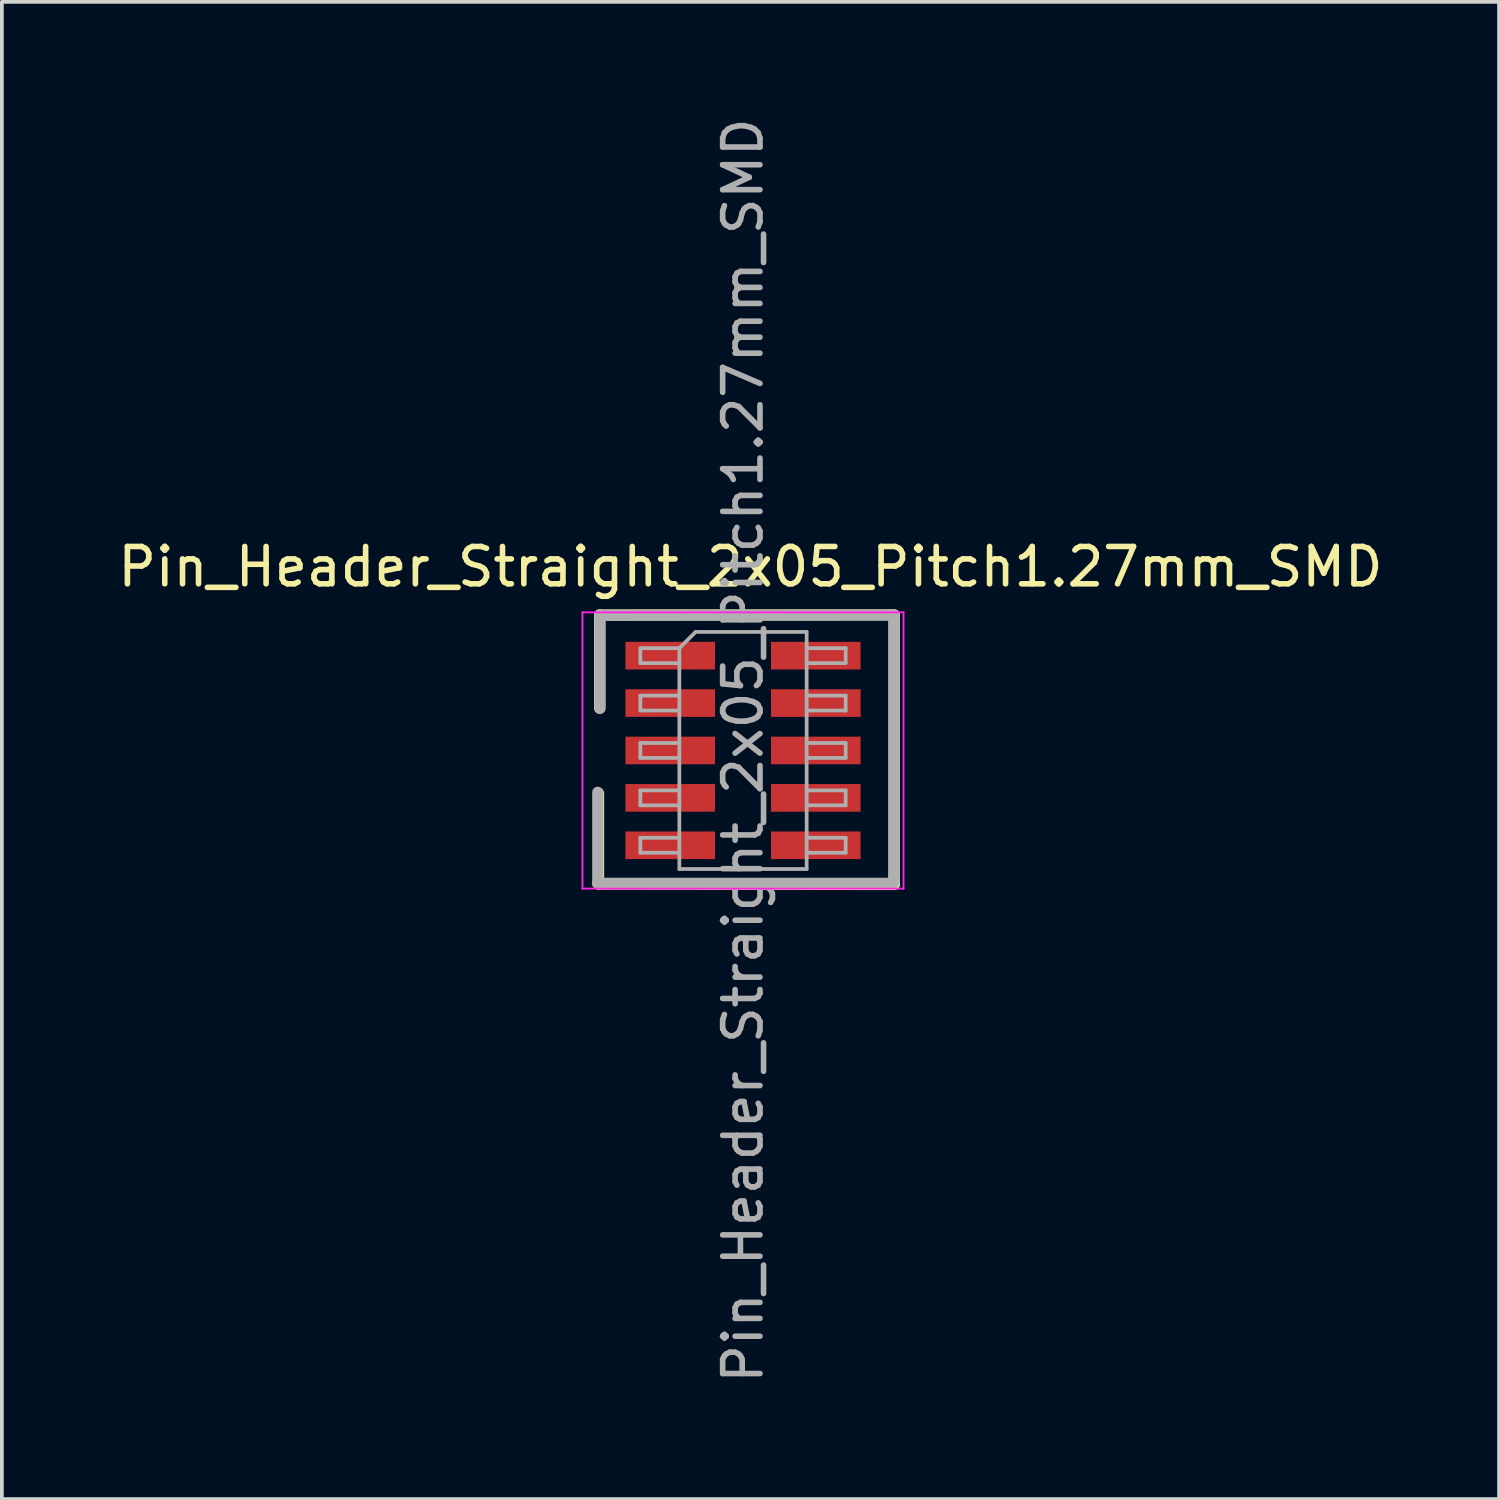
<source format=kicad_pcb>
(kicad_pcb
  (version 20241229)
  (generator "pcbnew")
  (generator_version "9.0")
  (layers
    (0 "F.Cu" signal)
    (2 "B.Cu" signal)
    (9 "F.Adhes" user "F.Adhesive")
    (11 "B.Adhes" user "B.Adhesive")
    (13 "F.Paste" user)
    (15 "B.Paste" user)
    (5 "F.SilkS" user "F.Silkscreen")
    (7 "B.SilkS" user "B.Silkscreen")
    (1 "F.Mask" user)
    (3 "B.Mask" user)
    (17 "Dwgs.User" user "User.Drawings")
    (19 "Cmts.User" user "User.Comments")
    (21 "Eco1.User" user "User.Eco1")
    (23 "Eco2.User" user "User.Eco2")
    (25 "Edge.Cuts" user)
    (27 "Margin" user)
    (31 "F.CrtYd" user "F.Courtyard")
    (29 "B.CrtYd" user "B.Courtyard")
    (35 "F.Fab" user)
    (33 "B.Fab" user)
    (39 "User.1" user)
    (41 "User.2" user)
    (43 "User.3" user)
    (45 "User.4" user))
  (footprint "Pin_Header_Straight_2x05_Pitch1.27mm_SMD"
    (layer "F.Cu")
    (at 16.854 17.054)
    (property "Reference" "Pin_Header_Straight_2x05_Pitch1.27mm_SMD" (at 0.2 -4.92 0) (layer "F.SilkS") (effects (font (size 1 1) (thickness 0.15))))
    (attr smd)
    (fp_line (start -3.87 3.58) (end -3.87 1.15) (stroke (width 0.3) (type solid)) (layer "F.SilkS"))
    (fp_line (start -3.84 -3.63) (end 4.05 -3.63) (stroke (width 0.3) (type solid)) (layer "F.SilkS"))
    (fp_line (start -3.84 -1.13) (end -3.84 -3.63) (stroke (width 0.3) (type solid)) (layer "F.SilkS"))
    (fp_line (start 4.05 -3.63) (end 4.05 3.59) (stroke (width 0.3) (type solid)) (layer "F.SilkS"))
    (fp_line (start 4.05 3.59) (end -3.87 3.58) (stroke (width 0.3) (type solid)) (layer "F.SilkS"))
    (fp_line (start -4.3 -3.7) (end -4.3 3.7) (stroke (width 0.05) (type solid)) (layer "F.CrtYd"))
    (fp_line (start -4.3 3.7) (end 4.3 3.7) (stroke (width 0.05) (type solid)) (layer "F.CrtYd"))
    (fp_line (start 4.3 -3.7) (end -4.3 -3.7) (stroke (width 0.05) (type solid)) (layer "F.CrtYd"))
    (fp_line (start 4.3 3.7) (end 4.3 -3.7) (stroke (width 0.05) (type solid)) (layer "F.CrtYd"))
    (fp_line (start -3.89 3.52) (end -3.89 1.12) (stroke (width 0.3) (type solid)) (layer "F.Fab"))
    (fp_line (start -3.83 -3.62) (end 4.04 -3.63) (stroke (width 0.3) (type solid)) (layer "F.Fab"))
    (fp_line (start -3.83 -1.13) (end -3.83 -3.62) (stroke (width 0.3) (type solid)) (layer "F.Fab"))
    (fp_line (start -2.75 -2.74) (end -2.75 -2.34) (stroke (width 0.1) (type solid)) (layer "F.Fab"))
    (fp_line (start -2.75 -2.34) (end -1.705 -2.34) (stroke (width 0.1) (type solid)) (layer "F.Fab"))
    (fp_line (start -2.75 -1.47) (end -2.75 -1.07) (stroke (width 0.1) (type solid)) (layer "F.Fab"))
    (fp_line (start -2.75 -1.07) (end -1.705 -1.07) (stroke (width 0.1) (type solid)) (layer "F.Fab"))
    (fp_line (start -2.75 -0.2) (end -2.75 0.2) (stroke (width 0.1) (type solid)) (layer "F.Fab"))
    (fp_line (start -2.75 0.2) (end -1.705 0.2) (stroke (width 0.1) (type solid)) (layer "F.Fab"))
    (fp_line (start -2.75 1.07) (end -2.75 1.47) (stroke (width 0.1) (type solid)) (layer "F.Fab"))
    (fp_line (start -2.75 1.47) (end -1.705 1.47) (stroke (width 0.1) (type solid)) (layer "F.Fab"))
    (fp_line (start -2.75 2.34) (end -2.75 2.74) (stroke (width 0.1) (type solid)) (layer "F.Fab"))
    (fp_line (start -2.75 2.74) (end -1.705 2.74) (stroke (width 0.1) (type solid)) (layer "F.Fab"))
    (fp_line (start -1.705 -2.74) (end -2.75 -2.74) (stroke (width 0.1) (type solid)) (layer "F.Fab"))
    (fp_line (start -1.705 -2.74) (end -1.27 -3.175) (stroke (width 0.1) (type solid)) (layer "F.Fab"))
    (fp_line (start -1.705 -1.47) (end -2.75 -1.47) (stroke (width 0.1) (type solid)) (layer "F.Fab"))
    (fp_line (start -1.705 -0.2) (end -2.75 -0.2) (stroke (width 0.1) (type solid)) (layer "F.Fab"))
    (fp_line (start -1.705 1.07) (end -2.75 1.07) (stroke (width 0.1) (type solid)) (layer "F.Fab"))
    (fp_line (start -1.705 2.34) (end -2.75 2.34) (stroke (width 0.1) (type solid)) (layer "F.Fab"))
    (fp_line (start -1.705 3.175) (end -1.705 -2.74) (stroke (width 0.1) (type solid)) (layer "F.Fab"))
    (fp_line (start -1.27 -3.175) (end 1.705 -3.175) (stroke (width 0.1) (type solid)) (layer "F.Fab"))
    (fp_line (start 1.705 -3.175) (end 1.705 3.175) (stroke (width 0.1) (type solid)) (layer "F.Fab"))
    (fp_line (start 1.705 -2.74) (end 2.75 -2.74) (stroke (width 0.1) (type solid)) (layer "F.Fab"))
    (fp_line (start 1.705 -1.47) (end 2.75 -1.47) (stroke (width 0.1) (type solid)) (layer "F.Fab"))
    (fp_line (start 1.705 -0.2) (end 2.75 -0.2) (stroke (width 0.1) (type solid)) (layer "F.Fab"))
    (fp_line (start 1.705 1.07) (end 2.75 1.07) (stroke (width 0.1) (type solid)) (layer "F.Fab"))
    (fp_line (start 1.705 2.34) (end 2.75 2.34) (stroke (width 0.1) (type solid)) (layer "F.Fab"))
    (fp_line (start 1.705 3.175) (end -1.705 3.175) (stroke (width 0.1) (type solid)) (layer "F.Fab"))
    (fp_line (start 2.75 -2.74) (end 2.75 -2.34) (stroke (width 0.1) (type solid)) (layer "F.Fab"))
    (fp_line (start 2.75 -2.34) (end 1.705 -2.34) (stroke (width 0.1) (type solid)) (layer "F.Fab"))
    (fp_line (start 2.75 -1.47) (end 2.75 -1.07) (stroke (width 0.1) (type solid)) (layer "F.Fab"))
    (fp_line (start 2.75 -1.07) (end 1.705 -1.07) (stroke (width 0.1) (type solid)) (layer "F.Fab"))
    (fp_line (start 2.75 -0.2) (end 2.75 0.2) (stroke (width 0.1) (type solid)) (layer "F.Fab"))
    (fp_line (start 2.75 0.2) (end 1.705 0.2) (stroke (width 0.1) (type solid)) (layer "F.Fab"))
    (fp_line (start 2.75 1.07) (end 2.75 1.47) (stroke (width 0.1) (type solid)) (layer "F.Fab"))
    (fp_line (start 2.75 1.47) (end 1.705 1.47) (stroke (width 0.1) (type solid)) (layer "F.Fab"))
    (fp_line (start 2.75 2.34) (end 2.75 2.74) (stroke (width 0.1) (type solid)) (layer "F.Fab"))
    (fp_line (start 2.75 2.74) (end 1.705 2.74) (stroke (width 0.1) (type solid)) (layer "F.Fab"))
    (fp_line (start 4.03 3.56) (end -3.9 3.56) (stroke (width 0.3) (type solid)) (layer "F.Fab"))
    (fp_line (start 4.04 -3.63) (end 4.04 3.52) (stroke (width 0.3) (type solid)) (layer "F.Fab"))
    (fp_text user "${REFERENCE}" (at 0 0 90) (layer "F.Fab") (effects (font (size 1 1) (thickness 0.15))))
    (pad "1" smd rect (at -1.95 -2.54) (size 2.4 0.74) (layers "F.Cu" "F.Mask" "F.Paste"))
    (pad "2" smd rect (at 1.95 -2.54) (size 2.4 0.74) (layers "F.Cu" "F.Mask" "F.Paste"))
    (pad "3" smd rect (at -1.95 -1.27) (size 2.4 0.74) (layers "F.Cu" "F.Mask" "F.Paste"))
    (pad "4" smd rect (at 1.95 -1.27) (size 2.4 0.74) (layers "F.Cu" "F.Mask" "F.Paste"))
    (pad "5" smd rect (at -1.95 0) (size 2.4 0.74) (layers "F.Cu" "F.Mask" "F.Paste"))
    (pad "6" smd rect (at 1.95 0) (size 2.4 0.74) (layers "F.Cu" "F.Mask" "F.Paste"))
    (pad "7" smd rect (at -1.95 1.27) (size 2.4 0.74) (layers "F.Cu" "F.Mask" "F.Paste"))
    (pad "8" smd rect (at 1.95 1.27) (size 2.4 0.74) (layers "F.Cu" "F.Mask" "F.Paste"))
    (pad "9" smd rect (at -1.95 2.54) (size 2.4 0.74) (layers "F.Cu" "F.Mask" "F.Paste"))
    (pad "10" smd rect (at 1.95 2.54) (size 2.4 0.74) (layers "F.Cu" "F.Mask" "F.Paste")))
  (gr_rect
    (start -3 -3)
    (end 37.107 37.107)
    (stroke (width 0.1) (type default))
    (fill no)
    (layer "Edge.Cuts")))
</source>
